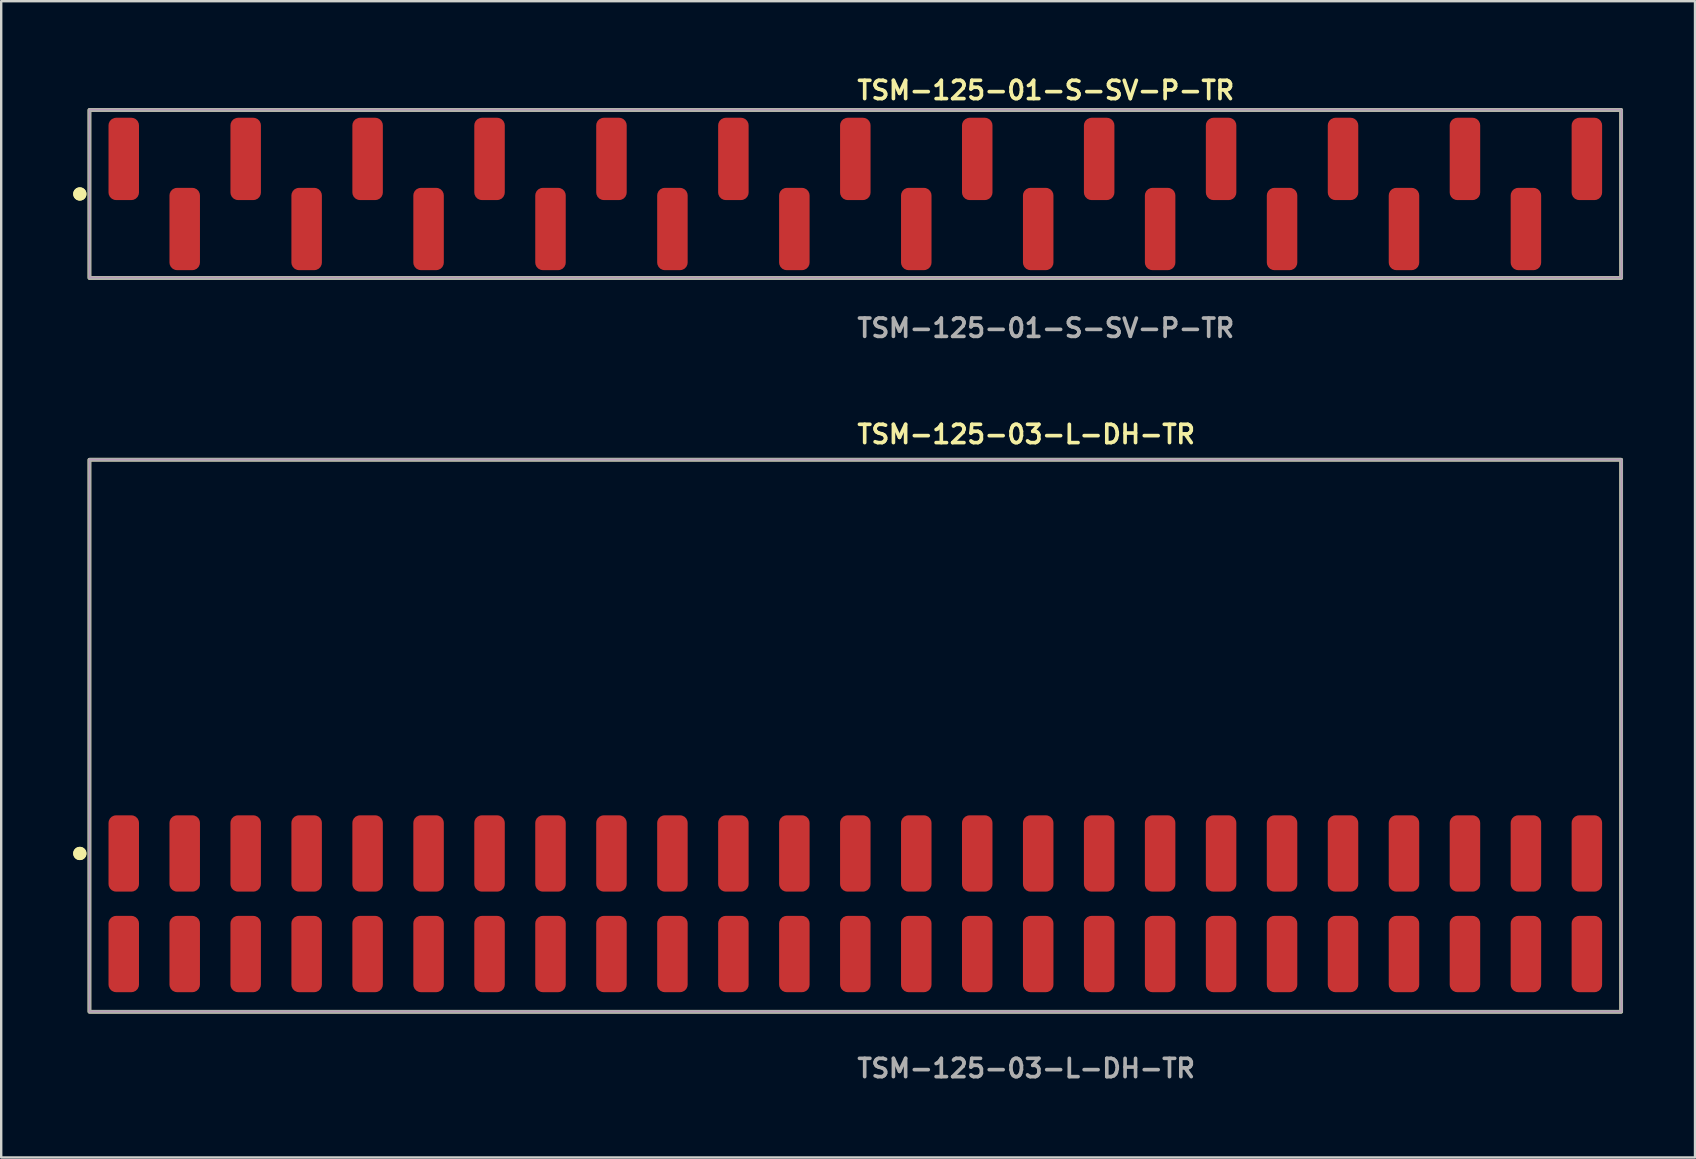
<source format=kicad_pcb>
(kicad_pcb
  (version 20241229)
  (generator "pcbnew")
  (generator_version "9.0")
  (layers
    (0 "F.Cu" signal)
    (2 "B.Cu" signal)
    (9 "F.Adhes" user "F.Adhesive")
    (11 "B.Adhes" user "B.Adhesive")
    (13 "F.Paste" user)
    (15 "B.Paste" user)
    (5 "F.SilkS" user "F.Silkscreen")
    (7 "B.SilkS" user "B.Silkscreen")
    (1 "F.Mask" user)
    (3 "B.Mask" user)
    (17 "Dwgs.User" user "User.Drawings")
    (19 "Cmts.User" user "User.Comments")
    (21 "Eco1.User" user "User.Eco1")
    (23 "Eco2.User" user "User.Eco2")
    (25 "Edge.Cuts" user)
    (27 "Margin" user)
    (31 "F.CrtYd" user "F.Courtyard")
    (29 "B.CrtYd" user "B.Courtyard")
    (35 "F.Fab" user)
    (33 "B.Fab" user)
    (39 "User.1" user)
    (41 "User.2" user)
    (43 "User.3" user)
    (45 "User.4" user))
  (footprint "TSM-125-03-L-DH-TR"
    (layer "F.Cu")
    (at 32.586 34.604)
    (property "Reference" "TSM-125-03-L-DH-TR" (at 0 -19.558 0) (unlocked yes) (layer "F.SilkS") (effects (font (size 0.762 0.762) (thickness 0.152)) (justify left)))
    (fp_rect (start -31.91 4.5) (end 31.91 -18.5) (stroke (width 0.152) (type solid)) (fill no) (layer "F.SilkS"))
    (fp_circle (center -32.31 -2.095) (end -32.51 -2.095) (stroke (width 0.152) (type solid)) (fill yes) (layer "F.SilkS"))
    (fp_circle (center -32.31 -2.095) (end -32.51 -2.095) (stroke (width 0.152) (type solid)) (fill yes) (layer "F.SilkS"))
    (fp_rect (start -31.91 4.5) (end 31.91 -18.5) (stroke (width 0.006) (type solid)) (fill no) (layer "F.CrtYd"))
    (fp_rect (start -31.91 4.5) (end 31.91 -18.5) (stroke (width 0.152) (type solid)) (fill no) (layer "F.Fab"))
    (fp_text user "${REFERENCE}" (at 0 6.858 0) (unlocked yes) (layer "F.Fab") (effects (font (size 0.762 0.762) (thickness 0.152)) (justify left)))
    (pad "1" smd roundrect (at -30.48 2.095) (size 1.27 3.18) (layers "F.Cu" "F.Paste") (roundrect_rratio 0.25))
    (pad "2" smd roundrect (at -30.48 -2.095) (size 1.27 3.18) (layers "F.Cu" "F.Paste") (roundrect_rratio 0.25))
    (pad "3" smd roundrect (at -27.94 2.095) (size 1.27 3.18) (layers "F.Cu" "F.Paste") (roundrect_rratio 0.25))
    (pad "4" smd roundrect (at -27.94 -2.095) (size 1.27 3.18) (layers "F.Cu" "F.Paste") (roundrect_rratio 0.25))
    (pad "5" smd roundrect (at -25.4 2.095) (size 1.27 3.18) (layers "F.Cu" "F.Paste") (roundrect_rratio 0.25))
    (pad "6" smd roundrect (at -25.4 -2.095) (size 1.27 3.18) (layers "F.Cu" "F.Paste") (roundrect_rratio 0.25))
    (pad "7" smd roundrect (at -22.86 2.095) (size 1.27 3.18) (layers "F.Cu" "F.Paste") (roundrect_rratio 0.25))
    (pad "8" smd roundrect (at -22.86 -2.095) (size 1.27 3.18) (layers "F.Cu" "F.Paste") (roundrect_rratio 0.25))
    (pad "9" smd roundrect (at -20.32 2.095) (size 1.27 3.18) (layers "F.Cu" "F.Paste") (roundrect_rratio 0.25))
    (pad "10" smd roundrect (at -20.32 -2.095) (size 1.27 3.18) (layers "F.Cu" "F.Paste") (roundrect_rratio 0.25))
    (pad "11" smd roundrect (at -17.78 2.095) (size 1.27 3.18) (layers "F.Cu" "F.Paste") (roundrect_rratio 0.25))
    (pad "12" smd roundrect (at -17.78 -2.095) (size 1.27 3.18) (layers "F.Cu" "F.Paste") (roundrect_rratio 0.25))
    (pad "13" smd roundrect (at -15.24 2.095) (size 1.27 3.18) (layers "F.Cu" "F.Paste") (roundrect_rratio 0.25))
    (pad "14" smd roundrect (at -15.24 -2.095) (size 1.27 3.18) (layers "F.Cu" "F.Paste") (roundrect_rratio 0.25))
    (pad "15" smd roundrect (at -12.7 2.095) (size 1.27 3.18) (layers "F.Cu" "F.Paste") (roundrect_rratio 0.25))
    (pad "16" smd roundrect (at -12.7 -2.095) (size 1.27 3.18) (layers "F.Cu" "F.Paste") (roundrect_rratio 0.25))
    (pad "17" smd roundrect (at -10.16 2.095) (size 1.27 3.18) (layers "F.Cu" "F.Paste") (roundrect_rratio 0.25))
    (pad "18" smd roundrect (at -10.16 -2.095) (size 1.27 3.18) (layers "F.Cu" "F.Paste") (roundrect_rratio 0.25))
    (pad "19" smd roundrect (at -7.62 2.095) (size 1.27 3.18) (layers "F.Cu" "F.Paste") (roundrect_rratio 0.25))
    (pad "20" smd roundrect (at -7.62 -2.095) (size 1.27 3.18) (layers "F.Cu" "F.Paste") (roundrect_rratio 0.25))
    (pad "21" smd roundrect (at -5.08 2.095) (size 1.27 3.18) (layers "F.Cu" "F.Paste") (roundrect_rratio 0.25))
    (pad "22" smd roundrect (at -5.08 -2.095) (size 1.27 3.18) (layers "F.Cu" "F.Paste") (roundrect_rratio 0.25))
    (pad "23" smd roundrect (at -2.54 2.095) (size 1.27 3.18) (layers "F.Cu" "F.Paste") (roundrect_rratio 0.25))
    (pad "24" smd roundrect (at -2.54 -2.095) (size 1.27 3.18) (layers "F.Cu" "F.Paste") (roundrect_rratio 0.25))
    (pad "25" smd roundrect (at 0 2.095) (size 1.27 3.18) (layers "F.Cu" "F.Paste") (roundrect_rratio 0.25))
    (pad "26" smd roundrect (at 0 -2.095) (size 1.27 3.18) (layers "F.Cu" "F.Paste") (roundrect_rratio 0.25))
    (pad "27" smd roundrect (at 2.54 2.095) (size 1.27 3.18) (layers "F.Cu" "F.Paste") (roundrect_rratio 0.25))
    (pad "28" smd roundrect (at 2.54 -2.095) (size 1.27 3.18) (layers "F.Cu" "F.Paste") (roundrect_rratio 0.25))
    (pad "29" smd roundrect (at 5.08 2.095) (size 1.27 3.18) (layers "F.Cu" "F.Paste") (roundrect_rratio 0.25))
    (pad "30" smd roundrect (at 5.08 -2.095) (size 1.27 3.18) (layers "F.Cu" "F.Paste") (roundrect_rratio 0.25))
    (pad "31" smd roundrect (at 7.62 2.095) (size 1.27 3.18) (layers "F.Cu" "F.Paste") (roundrect_rratio 0.25))
    (pad "32" smd roundrect (at 7.62 -2.095) (size 1.27 3.18) (layers "F.Cu" "F.Paste") (roundrect_rratio 0.25))
    (pad "33" smd roundrect (at 10.16 2.095) (size 1.27 3.18) (layers "F.Cu" "F.Paste") (roundrect_rratio 0.25))
    (pad "34" smd roundrect (at 10.16 -2.095) (size 1.27 3.18) (layers "F.Cu" "F.Paste") (roundrect_rratio 0.25))
    (pad "35" smd roundrect (at 12.7 2.095) (size 1.27 3.18) (layers "F.Cu" "F.Paste") (roundrect_rratio 0.25))
    (pad "36" smd roundrect (at 12.7 -2.095) (size 1.27 3.18) (layers "F.Cu" "F.Paste") (roundrect_rratio 0.25))
    (pad "37" smd roundrect (at 15.24 2.095) (size 1.27 3.18) (layers "F.Cu" "F.Paste") (roundrect_rratio 0.25))
    (pad "38" smd roundrect (at 15.24 -2.095) (size 1.27 3.18) (layers "F.Cu" "F.Paste") (roundrect_rratio 0.25))
    (pad "39" smd roundrect (at 17.78 2.095) (size 1.27 3.18) (layers "F.Cu" "F.Paste") (roundrect_rratio 0.25))
    (pad "40" smd roundrect (at 17.78 -2.095) (size 1.27 3.18) (layers "F.Cu" "F.Paste") (roundrect_rratio 0.25))
    (pad "41" smd roundrect (at 20.32 2.095) (size 1.27 3.18) (layers "F.Cu" "F.Paste") (roundrect_rratio 0.25))
    (pad "42" smd roundrect (at 20.32 -2.095) (size 1.27 3.18) (layers "F.Cu" "F.Paste") (roundrect_rratio 0.25))
    (pad "43" smd roundrect (at 22.86 2.095) (size 1.27 3.18) (layers "F.Cu" "F.Paste") (roundrect_rratio 0.25))
    (pad "44" smd roundrect (at 22.86 -2.095) (size 1.27 3.18) (layers "F.Cu" "F.Paste") (roundrect_rratio 0.25))
    (pad "45" smd roundrect (at 25.4 2.095) (size 1.27 3.18) (layers "F.Cu" "F.Paste") (roundrect_rratio 0.25))
    (pad "46" smd roundrect (at 25.4 -2.095) (size 1.27 3.18) (layers "F.Cu" "F.Paste") (roundrect_rratio 0.25))
    (pad "47" smd roundrect (at 27.94 2.095) (size 1.27 3.18) (layers "F.Cu" "F.Paste") (roundrect_rratio 0.25))
    (pad "48" smd roundrect (at 27.94 -2.095) (size 1.27 3.18) (layers "F.Cu" "F.Paste") (roundrect_rratio 0.25))
    (pad "49" smd roundrect (at 30.48 2.095) (size 1.27 3.18) (layers "F.Cu" "F.Paste") (roundrect_rratio 0.25))
    (pad "50" smd roundrect (at 30.48 -2.095) (size 1.27 3.18) (layers "F.Cu" "F.Paste") (roundrect_rratio 0.25)))
  (footprint "TSM-125-01-S-SV-P-TR"
    (layer "F.Cu")
    (at 32.586 5.031)
    (property "Reference" "TSM-125-01-S-SV-P-TR" (at 0 -4.318 0) (unlocked yes) (layer "F.SilkS") (effects (font (size 0.762 0.762) (thickness 0.152)) (justify left)))
    (fp_rect (start -31.91 3.5) (end 31.91 -3.5) (stroke (width 0.152) (type solid)) (fill no) (layer "F.SilkS"))
    (fp_circle (center -32.31 0) (end -32.51 0) (stroke (width 0.152) (type solid)) (fill yes) (layer "F.SilkS"))
    (fp_circle (center -32.31 0) (end -32.51 0) (stroke (width 0.152) (type solid)) (fill yes) (layer "F.SilkS"))
    (fp_rect (start -31.91 3.5) (end 31.91 -3.5) (stroke (width 0.006) (type solid)) (fill no) (layer "F.CrtYd"))
    (fp_rect (start -31.91 3.5) (end 31.91 -3.5) (stroke (width 0.152) (type solid)) (fill no) (layer "F.Fab"))
    (fp_text user "${REFERENCE}" (at 0 5.588 0) (unlocked yes) (layer "F.Fab") (effects (font (size 0.762 0.762) (thickness 0.152)) (justify left)))
    (pad "1" smd roundrect (at -30.48 -1.46) (size 1.27 3.43) (layers "F.Cu" "F.Paste") (roundrect_rratio 0.25))
    (pad "2" smd roundrect (at -27.94 1.46) (size 1.27 3.43) (layers "F.Cu" "F.Paste") (roundrect_rratio 0.25))
    (pad "3" smd roundrect (at -25.4 -1.46) (size 1.27 3.43) (layers "F.Cu" "F.Paste") (roundrect_rratio 0.25))
    (pad "4" smd roundrect (at -22.86 1.46) (size 1.27 3.43) (layers "F.Cu" "F.Paste") (roundrect_rratio 0.25))
    (pad "5" smd roundrect (at -20.32 -1.46) (size 1.27 3.43) (layers "F.Cu" "F.Paste") (roundrect_rratio 0.25))
    (pad "6" smd roundrect (at -17.78 1.46) (size 1.27 3.43) (layers "F.Cu" "F.Paste") (roundrect_rratio 0.25))
    (pad "7" smd roundrect (at -15.24 -1.46) (size 1.27 3.43) (layers "F.Cu" "F.Paste") (roundrect_rratio 0.25))
    (pad "8" smd roundrect (at -12.7 1.46) (size 1.27 3.43) (layers "F.Cu" "F.Paste") (roundrect_rratio 0.25))
    (pad "9" smd roundrect (at -10.16 -1.46) (size 1.27 3.43) (layers "F.Cu" "F.Paste") (roundrect_rratio 0.25))
    (pad "10" smd roundrect (at -7.62 1.46) (size 1.27 3.43) (layers "F.Cu" "F.Paste") (roundrect_rratio 0.25))
    (pad "11" smd roundrect (at -5.08 -1.46) (size 1.27 3.43) (layers "F.Cu" "F.Paste") (roundrect_rratio 0.25))
    (pad "12" smd roundrect (at -2.54 1.46) (size 1.27 3.43) (layers "F.Cu" "F.Paste") (roundrect_rratio 0.25))
    (pad "13" smd roundrect (at 0 -1.46) (size 1.27 3.43) (layers "F.Cu" "F.Paste") (roundrect_rratio 0.25))
    (pad "14" smd roundrect (at 2.54 1.46) (size 1.27 3.43) (layers "F.Cu" "F.Paste") (roundrect_rratio 0.25))
    (pad "15" smd roundrect (at 5.08 -1.46) (size 1.27 3.43) (layers "F.Cu" "F.Paste") (roundrect_rratio 0.25))
    (pad "16" smd roundrect (at 7.62 1.46) (size 1.27 3.43) (layers "F.Cu" "F.Paste") (roundrect_rratio 0.25))
    (pad "17" smd roundrect (at 10.16 -1.46) (size 1.27 3.43) (layers "F.Cu" "F.Paste") (roundrect_rratio 0.25))
    (pad "18" smd roundrect (at 12.7 1.46) (size 1.27 3.43) (layers "F.Cu" "F.Paste") (roundrect_rratio 0.25))
    (pad "19" smd roundrect (at 15.24 -1.46) (size 1.27 3.43) (layers "F.Cu" "F.Paste") (roundrect_rratio 0.25))
    (pad "20" smd roundrect (at 17.78 1.46) (size 1.27 3.43) (layers "F.Cu" "F.Paste") (roundrect_rratio 0.25))
    (pad "21" smd roundrect (at 20.32 -1.46) (size 1.27 3.43) (layers "F.Cu" "F.Paste") (roundrect_rratio 0.25))
    (pad "22" smd roundrect (at 22.86 1.46) (size 1.27 3.43) (layers "F.Cu" "F.Paste") (roundrect_rratio 0.25))
    (pad "23" smd roundrect (at 25.4 -1.46) (size 1.27 3.43) (layers "F.Cu" "F.Paste") (roundrect_rratio 0.25))
    (pad "24" smd roundrect (at 27.94 1.46) (size 1.27 3.43) (layers "F.Cu" "F.Paste") (roundrect_rratio 0.25))
    (pad "25" smd roundrect (at 30.48 -1.46) (size 1.27 3.43) (layers "F.Cu" "F.Paste") (roundrect_rratio 0.25)))
  (gr_rect
    (start -3 -3)
    (end 67.572 45.175)
    (stroke (width 0.1) (type default))
    (fill no)
    (layer "Edge.Cuts")))
</source>
